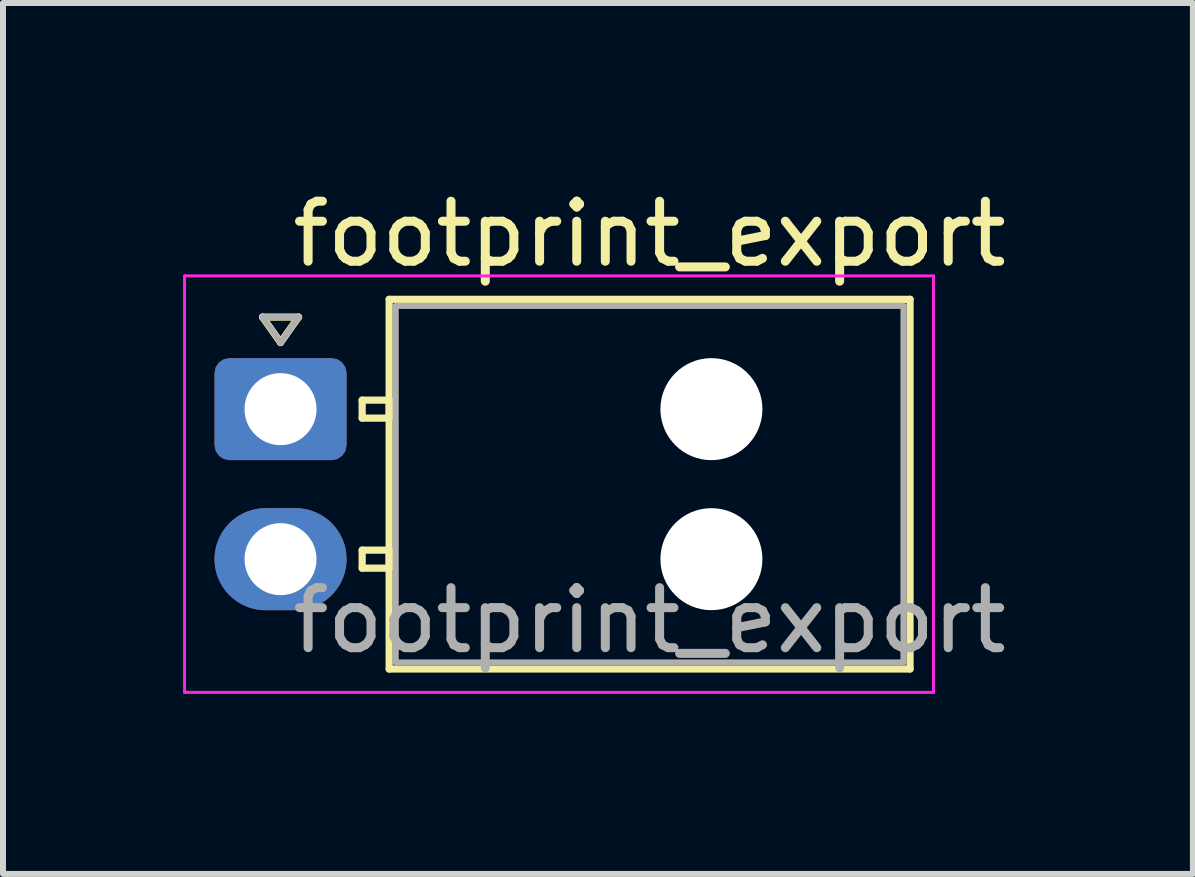
<source format=kicad_pcb>
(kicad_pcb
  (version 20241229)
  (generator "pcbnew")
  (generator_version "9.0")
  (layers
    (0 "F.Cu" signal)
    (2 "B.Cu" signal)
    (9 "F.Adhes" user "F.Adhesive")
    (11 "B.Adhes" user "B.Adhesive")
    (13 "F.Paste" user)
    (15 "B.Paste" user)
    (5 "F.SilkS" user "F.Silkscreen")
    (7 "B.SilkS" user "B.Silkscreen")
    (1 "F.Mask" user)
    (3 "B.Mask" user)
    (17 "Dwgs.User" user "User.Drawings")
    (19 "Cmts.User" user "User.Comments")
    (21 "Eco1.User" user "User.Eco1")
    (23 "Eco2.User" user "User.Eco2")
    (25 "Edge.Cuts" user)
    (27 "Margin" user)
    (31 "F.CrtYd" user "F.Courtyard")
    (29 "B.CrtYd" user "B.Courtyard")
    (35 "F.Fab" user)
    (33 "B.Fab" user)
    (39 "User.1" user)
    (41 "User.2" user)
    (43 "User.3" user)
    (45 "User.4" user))
  (footprint "footprint_export"
    (layer "F.Cu")
    (at 1.625 3.768)
    (property "Reference" "footprint_export" (at 6.15 -2.92 0) (layer "F.SilkS") (effects (font (size 1 1) (thickness 0.15))))
    (attr through_hole)
    (fp_line (start -0.3 -1.534) (end 0 -1.11) (stroke (width 0.12) (type solid)) (layer "F.SilkS"))
    (fp_line (start 0 -1.11) (end 0.3 -1.534) (stroke (width 0.12) (type solid)) (layer "F.SilkS"))
    (fp_line (start 0.3 -1.534) (end -0.3 -1.534) (stroke (width 0.12) (type solid)) (layer "F.SilkS"))
    (fp_line (start 1.36 -0.15) (end 1.36 0.15) (stroke (width 0.12) (type solid)) (layer "F.SilkS"))
    (fp_line (start 1.36 0.15) (end 1.81 0.15) (stroke (width 0.12) (type solid)) (layer "F.SilkS"))
    (fp_line (start 1.36 2.35) (end 1.36 2.65) (stroke (width 0.12) (type solid)) (layer "F.SilkS"))
    (fp_line (start 1.36 2.65) (end 1.81 2.65) (stroke (width 0.12) (type solid)) (layer "F.SilkS"))
    (fp_line (start 1.81 -1.83) (end 1.81 4.33) (stroke (width 0.12) (type solid)) (layer "F.SilkS"))
    (fp_line (start 1.81 -0.15) (end 1.36 -0.15) (stroke (width 0.12) (type solid)) (layer "F.SilkS"))
    (fp_line (start 1.81 0.15) (end 1.81 -0.15) (stroke (width 0.12) (type solid)) (layer "F.SilkS"))
    (fp_line (start 1.81 2.35) (end 1.36 2.35) (stroke (width 0.12) (type solid)) (layer "F.SilkS"))
    (fp_line (start 1.81 2.65) (end 1.81 2.35) (stroke (width 0.12) (type solid)) (layer "F.SilkS"))
    (fp_line (start 1.81 4.33) (end 10.49 4.33) (stroke (width 0.12) (type solid)) (layer "F.SilkS"))
    (fp_line (start 10.49 -1.83) (end 1.81 -1.83) (stroke (width 0.12) (type solid)) (layer "F.SilkS"))
    (fp_line (start 10.49 4.33) (end 10.49 -1.83) (stroke (width 0.12) (type solid)) (layer "F.SilkS"))
    (fp_line (start -1.6 -2.22) (end -1.6 4.72) (stroke (width 0.05) (type solid)) (layer "F.CrtYd"))
    (fp_line (start -1.6 4.72) (end 10.88 4.72) (stroke (width 0.05) (type solid)) (layer "F.CrtYd"))
    (fp_line (start 10.88 -2.22) (end -1.6 -2.22) (stroke (width 0.05) (type solid)) (layer "F.CrtYd"))
    (fp_line (start 10.88 4.72) (end 10.88 -2.22) (stroke (width 0.05) (type solid)) (layer "F.CrtYd"))
    (fp_line (start -0.3 -1.534) (end 0 -1.11) (stroke (width 0.1) (type solid)) (layer "F.Fab"))
    (fp_line (start 0 -1.11) (end 0.3 -1.534) (stroke (width 0.1) (type solid)) (layer "F.Fab"))
    (fp_line (start 0.3 -1.534) (end -0.3 -1.534) (stroke (width 0.1) (type solid)) (layer "F.Fab"))
    (fp_line (start 1.92 -1.72) (end 1.92 4.22) (stroke (width 0.1) (type solid)) (layer "F.Fab"))
    (fp_line (start 1.92 4.22) (end 10.38 4.22) (stroke (width 0.1) (type solid)) (layer "F.Fab"))
    (fp_line (start 10.38 -1.72) (end 1.92 -1.72) (stroke (width 0.1) (type solid)) (layer "F.Fab"))
    (fp_line (start 10.38 4.22) (end 10.38 -1.72) (stroke (width 0.1) (type solid)) (layer "F.Fab"))
    (fp_text user "${REFERENCE}" (at 6.15 3.52 0) (layer "F.Fab") (effects (font (size 1 1) (thickness 0.15))))
    (pad "" np_thru_hole circle (at 7.18 0) (size 1.7 1.7) (drill 1.7) (layers "*.Cu" "*.Mask"))
    (pad "" np_thru_hole circle (at 7.18 2.5) (size 1.7 1.7) (drill 1.7) (layers "*.Cu" "*.Mask"))
    (pad "1" thru_hole roundrect (at 0 0) (size 2.2 1.7) (drill 1.2) (layers "*.Cu" "*.Mask") (roundrect_rratio 0.147))
    (pad "2" thru_hole oval (at 0 2.5) (size 2.2 1.7) (drill 1.2) (layers "*.Cu" "*.Mask")))
  (gr_rect
    (start -3 -3)
    (end 16.829 11.513)
    (stroke (width 0.1) (type default))
    (fill no)
    (layer "Edge.Cuts")))
</source>
